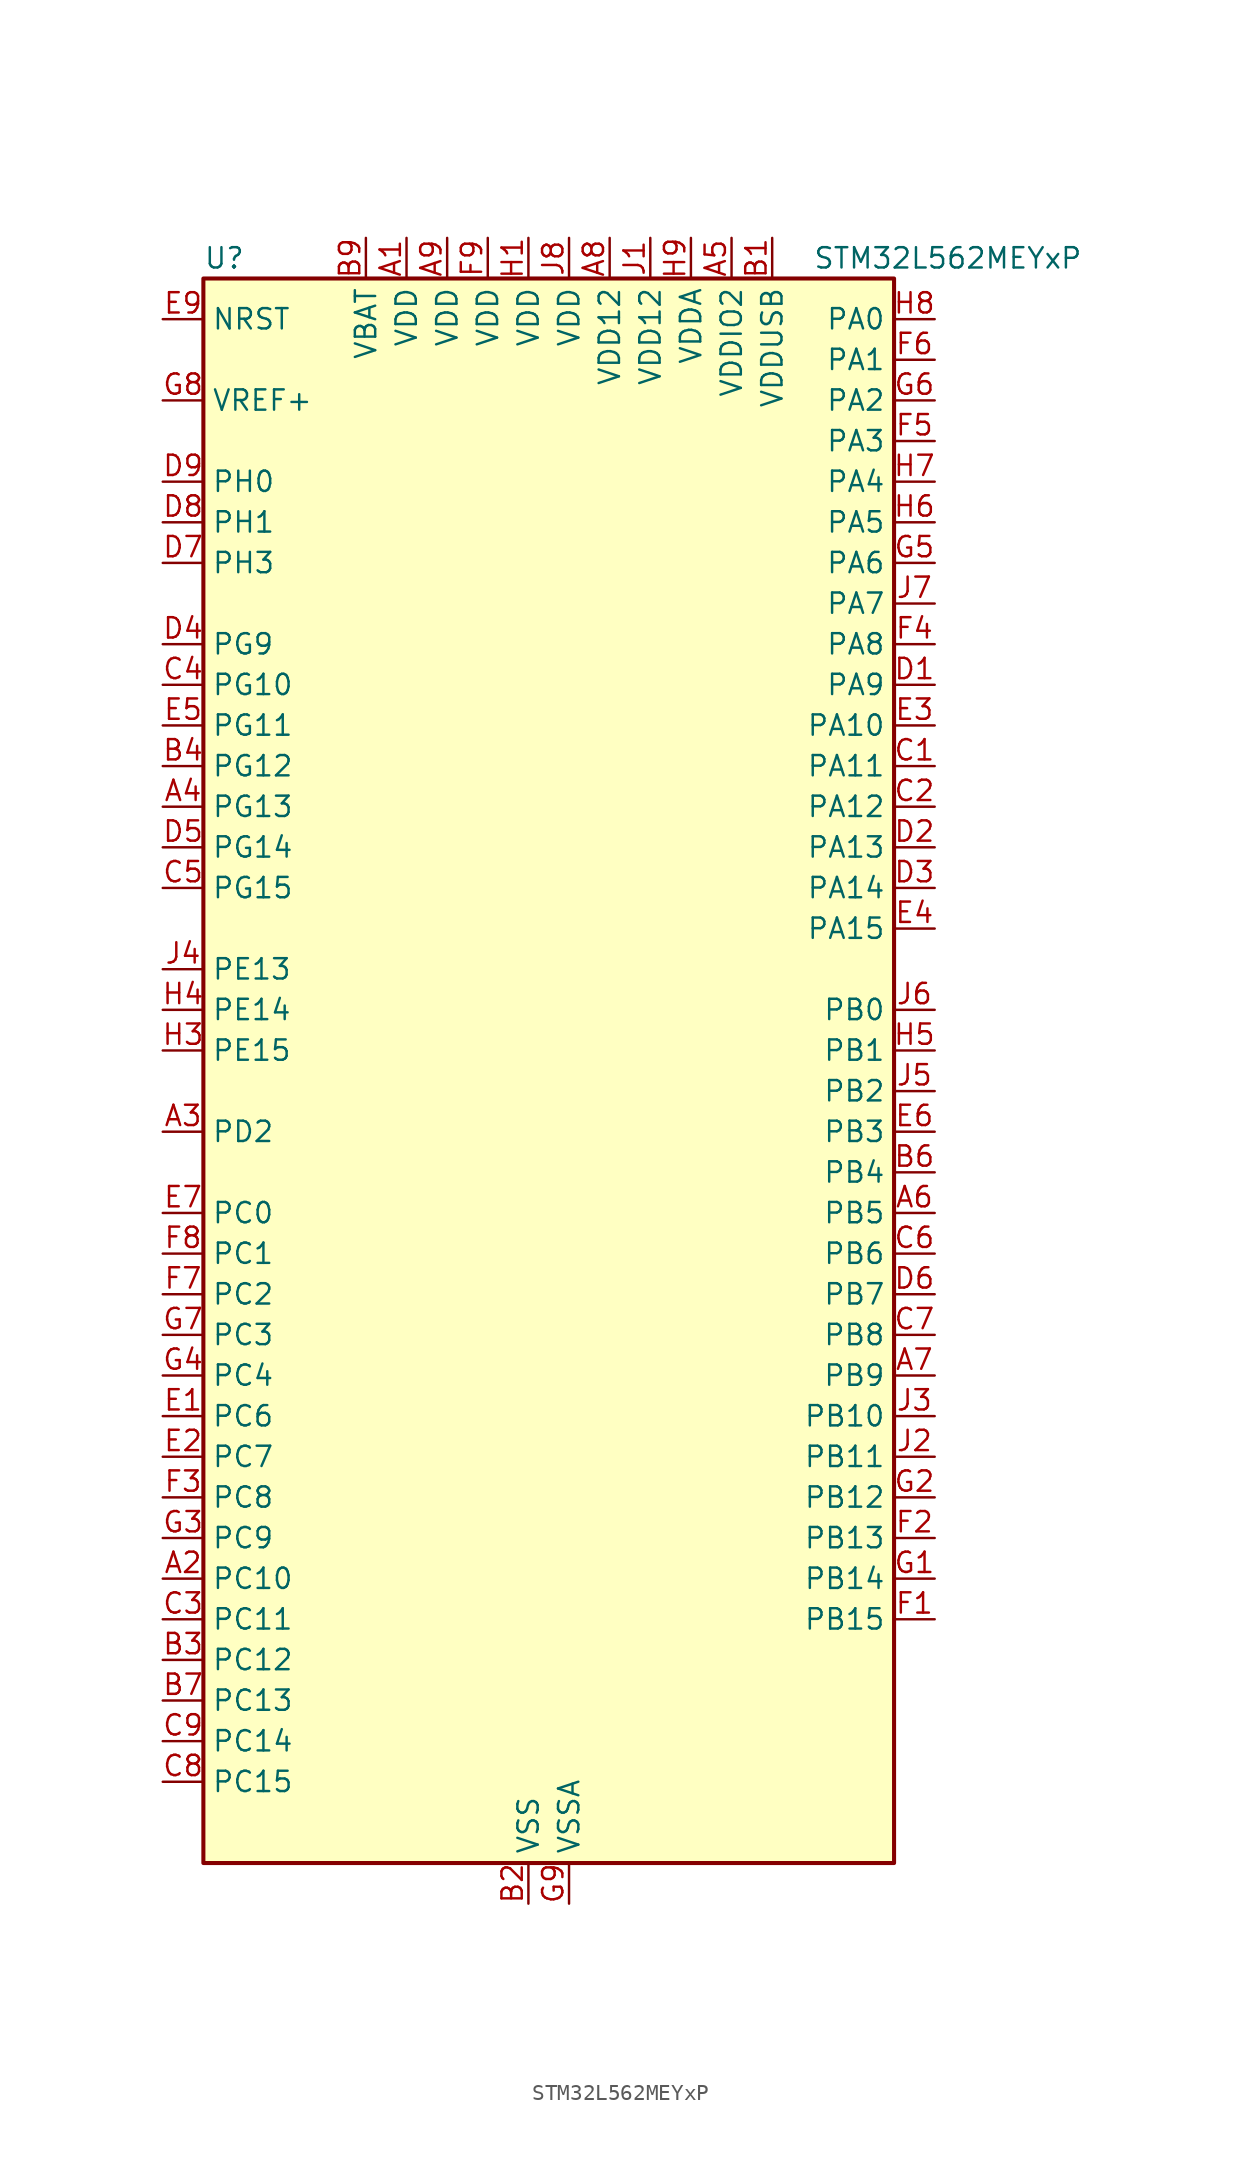
<source format=kicad_sym>
(kicad_symbol_lib
  (version 20231120)
  (generator "kicad_symbol_editor")
  (generator_version "8.0")
  (symbol "STM32L562MEYxP"
    (property "Reference" "U"
      (at -20.32 52.07 0)
      (effects (font (size 1.27 1.27)) (justify left)))
    (property "Value" "STM32L562MEYxP"
      (at 17.78 52.07 0)
      (effects (font (size 1.27 1.27)) (justify left)))
    (property "ki_locked" ""
      (at 0 0 0)
      (effects (font (size 1.27 1.27))))
    (symbol "STM32L562MEYxP_0_1"
      (rectangle (start -20.32 -48.26) (end 22.86 50.8) (stroke (width 0.254) (type default)) (fill (type background))))
    (symbol "STM32L562MEYxP_1_1"
      (pin power_in line (at -7.62 53.34 270) (length 2.54) (name "VDD" (effects (font (size 1.27 1.27)))) (number "A1" (effects (font (size 1.27 1.27)))))
      (pin bidirectional line (at -22.86 -30.48 0) (length 2.54) (name "PC10" (effects (font (size 1.27 1.27)))) (number "A2" (effects (font (size 1.27 1.27)))) (alternate "DEBUG_TRACED1" bidirectional line) (alternate "LPTIM3_ETR" bidirectional line) (alternate "SAI2_SCK_B" bidirectional line) (alternate "SDMMC1_D2" bidirectional line) (alternate "SPI3_SCK" bidirectional line) (alternate "TSC_G3_IO2" bidirectional line) (alternate "UART4_TX" bidirectional line) (alternate "USART3_TX" bidirectional line))
      (pin bidirectional line (at -22.86 -2.54 0) (length 2.54) (name "PD2" (effects (font (size 1.27 1.27)))) (number "A3" (effects (font (size 1.27 1.27)))) (alternate "DEBUG_TRACED2" bidirectional line) (alternate "SDMMC1_CMD" bidirectional line) (alternate "TIM3_ETR" bidirectional line) (alternate "TSC_SYNC" bidirectional line) (alternate "UART5_RX" bidirectional line) (alternate "USART3_DE" bidirectional line) (alternate "USART3_RTS" bidirectional line))
      (pin bidirectional line (at -22.86 17.78 0) (length 2.54) (name "PG13" (effects (font (size 1.27 1.27)))) (number "A4" (effects (font (size 1.27 1.27)))) (alternate "I2C1_SDA" bidirectional line) (alternate "USART1_CK" bidirectional line))
      (pin power_in line (at 12.7 53.34 270) (length 2.54) (name "VDDIO2" (effects (font (size 1.27 1.27)))) (number "A5" (effects (font (size 1.27 1.27)))))
      (pin bidirectional line (at 25.4 -7.62 180) (length 2.54) (name "PB5" (effects (font (size 1.27 1.27)))) (number "A6" (effects (font (size 1.27 1.27)))) (alternate "COMP2_OUT" bidirectional line) (alternate "I2C1_SMBA" bidirectional line) (alternate "LPTIM1_IN1" bidirectional line) (alternate "OCTOSPI1_NCLK" bidirectional line) (alternate "SAI1_SD_B" bidirectional line) (alternate "SPI1_MOSI" bidirectional line) (alternate "SPI3_MOSI" bidirectional line) (alternate "TIM16_BKIN" bidirectional line) (alternate "TIM3_CH2" bidirectional line) (alternate "TSC_G2_IO2" bidirectional line) (alternate "UART5_CTS" bidirectional line) (alternate "UCPD1_DBCC1" bidirectional line) (alternate "USART1_CK" bidirectional line))
      (pin bidirectional line (at 25.4 -17.78 180) (length 2.54) (name "PB9" (effects (font (size 1.27 1.27)))) (number "A7" (effects (font (size 1.27 1.27)))) (alternate "DAC1_EXTI9" bidirectional line) (alternate "FDCAN1_TX" bidirectional line) (alternate "I2C1_SDA" bidirectional line) (alternate "IR_OUT" bidirectional line) (alternate "SAI1_D2" bidirectional line) (alternate "SAI1_FS_A" bidirectional line) (alternate "SDMMC1_CDIR" bidirectional line) (alternate "SDMMC1_D5" bidirectional line) (alternate "SPI2_NSS" bidirectional line) (alternate "TIM17_CH1" bidirectional line) (alternate "TIM4_CH4" bidirectional line))
      (pin power_in line (at 5.08 53.34 270) (length 2.54) (name "VDD12" (effects (font (size 1.27 1.27)))) (number "A8" (effects (font (size 1.27 1.27)))))
      (pin power_in line (at -5.08 53.34 270) (length 2.54) (name "VDD" (effects (font (size 1.27 1.27)))) (number "A9" (effects (font (size 1.27 1.27)))))
      (pin power_in line (at 15.24 53.34 270) (length 2.54) (name "VDDUSB" (effects (font (size 1.27 1.27)))) (number "B1" (effects (font (size 1.27 1.27)))))
      (pin power_in line (at 0 -50.8 90) (length 2.54) (name "VSS" (effects (font (size 1.27 1.27)))) (number "B2" (effects (font (size 1.27 1.27)))))
      (pin bidirectional line (at -22.86 -35.56 0) (length 2.54) (name "PC12" (effects (font (size 1.27 1.27)))) (number "B3" (effects (font (size 1.27 1.27)))) (alternate "DEBUG_TRACED3" bidirectional line) (alternate "SAI2_SD_B" bidirectional line) (alternate "SDMMC1_CK" bidirectional line) (alternate "SPI3_MOSI" bidirectional line) (alternate "TSC_G3_IO4" bidirectional line) (alternate "UART5_TX" bidirectional line) (alternate "USART3_CK" bidirectional line))
      (pin bidirectional line (at -22.86 20.32 0) (length 2.54) (name "PG12" (effects (font (size 1.27 1.27)))) (number "B4" (effects (font (size 1.27 1.27)))) (alternate "LPTIM1_ETR" bidirectional line) (alternate "SAI2_SD_A" bidirectional line) (alternate "SPI3_NSS" bidirectional line) (alternate "USART1_DE" bidirectional line) (alternate "USART1_RTS" bidirectional line))
      (pin passive line (at 0 -50.8 90) (length 2.54) hide (name "VSS" (effects (font (size 1.27 1.27)))) (number "B5" (effects (font (size 1.27 1.27)))))
      (pin bidirectional line (at 25.4 -5.08 180) (length 2.54) (name "PB4" (effects (font (size 1.27 1.27)))) (number "B6" (effects (font (size 1.27 1.27)))) (alternate "COMP2_INP" bidirectional line) (alternate "DEBUG_JTRST" bidirectional line) (alternate "I2C3_SDA" bidirectional line) (alternate "SAI1_MCLK_B" bidirectional line) (alternate "SPI1_MISO" bidirectional line) (alternate "SPI3_MISO" bidirectional line) (alternate "TIM17_BKIN" bidirectional line) (alternate "TIM3_CH1" bidirectional line) (alternate "TSC_G2_IO1" bidirectional line) (alternate "UART5_DE" bidirectional line) (alternate "UART5_RTS" bidirectional line) (alternate "USART1_CTS" bidirectional line) (alternate "USART1_NSS" bidirectional line))
      (pin bidirectional line (at -22.86 -38.1 0) (length 2.54) (name "PC13" (effects (font (size 1.27 1.27)))) (number "B7" (effects (font (size 1.27 1.27)))) (alternate "PWR_WKUP2" bidirectional line) (alternate "RTC_OUT1" bidirectional line) (alternate "RTC_TS" bidirectional line) (alternate "TAMP_IN1" bidirectional line) (alternate "TAMP_OUT2" bidirectional line))
      (pin passive line (at 0 -50.8 90) (length 2.54) hide (name "VSS" (effects (font (size 1.27 1.27)))) (number "B8" (effects (font (size 1.27 1.27)))))
      (pin power_in line (at -10.16 53.34 270) (length 2.54) (name "VBAT" (effects (font (size 1.27 1.27)))) (number "B9" (effects (font (size 1.27 1.27)))))
      (pin bidirectional line (at 25.4 20.32 180) (length 2.54) (name "PA11" (effects (font (size 1.27 1.27)))) (number "C1" (effects (font (size 1.27 1.27)))) (alternate "ADC1_EXTI11" bidirectional line) (alternate "ADC2_EXTI11" bidirectional line) (alternate "FDCAN1_RX" bidirectional line) (alternate "SPI1_MISO" bidirectional line) (alternate "TIM1_BKIN2" bidirectional line) (alternate "TIM1_CH4" bidirectional line) (alternate "USART1_CTS" bidirectional line) (alternate "USART1_NSS" bidirectional line) (alternate "USB_DM" bidirectional line))
      (pin bidirectional line (at 25.4 17.78 180) (length 2.54) (name "PA12" (effects (font (size 1.27 1.27)))) (number "C2" (effects (font (size 1.27 1.27)))) (alternate "FDCAN1_TX" bidirectional line) (alternate "SPI1_MOSI" bidirectional line) (alternate "TIM1_ETR" bidirectional line) (alternate "USART1_DE" bidirectional line) (alternate "USART1_RTS" bidirectional line) (alternate "USB_DP" bidirectional line))
      (pin bidirectional line (at -22.86 -33.02 0) (length 2.54) (name "PC11" (effects (font (size 1.27 1.27)))) (number "C3" (effects (font (size 1.27 1.27)))) (alternate "ADC1_EXTI11" bidirectional line) (alternate "ADC2_EXTI11" bidirectional line) (alternate "LPTIM3_IN1" bidirectional line) (alternate "OCTOSPI1_NCS" bidirectional line) (alternate "SAI2_MCLK_B" bidirectional line) (alternate "SDMMC1_D3" bidirectional line) (alternate "SPI3_MISO" bidirectional line) (alternate "TSC_G3_IO3" bidirectional line) (alternate "UART4_RX" bidirectional line) (alternate "UCPD1_FRSTX2" bidirectional line) (alternate "USART3_RX" bidirectional line))
      (pin bidirectional line (at -22.86 25.4 0) (length 2.54) (name "PG10" (effects (font (size 1.27 1.27)))) (number "C4" (effects (font (size 1.27 1.27)))) (alternate "LPTIM1_IN1" bidirectional line) (alternate "SAI2_FS_A" bidirectional line) (alternate "SPI3_MISO" bidirectional line) (alternate "TIM15_CH1" bidirectional line) (alternate "USART1_RX" bidirectional line))
      (pin bidirectional line (at -22.86 12.7 0) (length 2.54) (name "PG15" (effects (font (size 1.27 1.27)))) (number "C5" (effects (font (size 1.27 1.27)))) (alternate "ADC1_EXTI15" bidirectional line) (alternate "ADC2_EXTI15" bidirectional line) (alternate "I2C1_SMBA" bidirectional line) (alternate "LPTIM1_OUT" bidirectional line))
      (pin bidirectional line (at 25.4 -10.16 180) (length 2.54) (name "PB6" (effects (font (size 1.27 1.27)))) (number "C6" (effects (font (size 1.27 1.27)))) (alternate "COMP2_INP" bidirectional line) (alternate "I2C1_SCL" bidirectional line) (alternate "I2C4_SCL" bidirectional line) (alternate "LPTIM1_ETR" bidirectional line) (alternate "SAI1_FS_B" bidirectional line) (alternate "TIM16_CH1N" bidirectional line) (alternate "TIM4_CH1" bidirectional line) (alternate "TIM8_BKIN2" bidirectional line) (alternate "TSC_G2_IO3" bidirectional line) (alternate "USART1_TX" bidirectional line))
      (pin bidirectional line (at 25.4 -15.24 180) (length 2.54) (name "PB8" (effects (font (size 1.27 1.27)))) (number "C7" (effects (font (size 1.27 1.27)))) (alternate "DFSDM1_CKOUT" bidirectional line) (alternate "FDCAN1_RX" bidirectional line) (alternate "I2C1_SCL" bidirectional line) (alternate "SAI1_CK1" bidirectional line) (alternate "SAI1_MCLK_A" bidirectional line) (alternate "SDMMC1_CKIN" bidirectional line) (alternate "SDMMC1_D4" bidirectional line) (alternate "TIM16_CH1" bidirectional line) (alternate "TIM4_CH3" bidirectional line))
      (pin bidirectional line (at -22.86 -43.18 0) (length 2.54) (name "PC15" (effects (font (size 1.27 1.27)))) (number "C8" (effects (font (size 1.27 1.27)))) (alternate "ADC1_EXTI15" bidirectional line) (alternate "ADC2_EXTI15" bidirectional line) (alternate "RCC_OSC32_OUT" bidirectional line))
      (pin bidirectional line (at -22.86 -40.64 0) (length 2.54) (name "PC14" (effects (font (size 1.27 1.27)))) (number "C9" (effects (font (size 1.27 1.27)))) (alternate "RCC_OSC32_IN" bidirectional line))
      (pin bidirectional line (at 25.4 25.4 180) (length 2.54) (name "PA9" (effects (font (size 1.27 1.27)))) (number "D1" (effects (font (size 1.27 1.27)))) (alternate "DAC1_EXTI9" bidirectional line) (alternate "SAI1_FS_A" bidirectional line) (alternate "SPI2_SCK" bidirectional line) (alternate "TIM15_BKIN" bidirectional line) (alternate "TIM1_CH2" bidirectional line) (alternate "USART1_TX" bidirectional line))
      (pin bidirectional line (at 25.4 15.24 180) (length 2.54) (name "PA13" (effects (font (size 1.27 1.27)))) (number "D2" (effects (font (size 1.27 1.27)))) (alternate "DEBUG_JTMS-SWDIO" bidirectional line) (alternate "IR_OUT" bidirectional line) (alternate "SAI1_SD_B" bidirectional line) (alternate "USB_NOE" bidirectional line))
      (pin bidirectional line (at 25.4 12.7 180) (length 2.54) (name "PA14" (effects (font (size 1.27 1.27)))) (number "D3" (effects (font (size 1.27 1.27)))) (alternate "DEBUG_JTCK-SWCLK" bidirectional line) (alternate "I2C1_SMBA" bidirectional line) (alternate "I2C4_SMBA" bidirectional line) (alternate "LPTIM1_OUT" bidirectional line) (alternate "SAI1_FS_B" bidirectional line))
      (pin bidirectional line (at -22.86 27.94 0) (length 2.54) (name "PG9" (effects (font (size 1.27 1.27)))) (number "D4" (effects (font (size 1.27 1.27)))) (alternate "DAC1_EXTI9" bidirectional line) (alternate "SAI2_SCK_A" bidirectional line) (alternate "SPI3_SCK" bidirectional line) (alternate "TIM15_CH1N" bidirectional line) (alternate "USART1_TX" bidirectional line))
      (pin bidirectional line (at -22.86 15.24 0) (length 2.54) (name "PG14" (effects (font (size 1.27 1.27)))) (number "D5" (effects (font (size 1.27 1.27)))) (alternate "I2C1_SCL" bidirectional line))
      (pin bidirectional line (at 25.4 -12.7 180) (length 2.54) (name "PB7" (effects (font (size 1.27 1.27)))) (number "D6" (effects (font (size 1.27 1.27)))) (alternate "COMP2_INM" bidirectional line) (alternate "I2C1_SDA" bidirectional line) (alternate "I2C4_SDA" bidirectional line) (alternate "LPTIM1_IN2" bidirectional line) (alternate "PWR_PVD_IN" bidirectional line) (alternate "TIM17_CH1N" bidirectional line) (alternate "TIM4_CH2" bidirectional line) (alternate "TIM8_BKIN" bidirectional line) (alternate "TSC_G2_IO4" bidirectional line) (alternate "UART4_CTS" bidirectional line) (alternate "USART1_RX" bidirectional line))
      (pin bidirectional line (at -22.86 33.02 0) (length 2.54) (name "PH3" (effects (font (size 1.27 1.27)))) (number "D7" (effects (font (size 1.27 1.27)))))
      (pin bidirectional line (at -22.86 35.56 0) (length 2.54) (name "PH1" (effects (font (size 1.27 1.27)))) (number "D8" (effects (font (size 1.27 1.27)))) (alternate "RCC_OSC_OUT" bidirectional line))
      (pin bidirectional line (at -22.86 38.1 0) (length 2.54) (name "PH0" (effects (font (size 1.27 1.27)))) (number "D9" (effects (font (size 1.27 1.27)))) (alternate "RCC_OSC_IN" bidirectional line))
      (pin bidirectional line (at -22.86 -20.32 0) (length 2.54) (name "PC6" (effects (font (size 1.27 1.27)))) (number "E1" (effects (font (size 1.27 1.27)))) (alternate "DFSDM1_CKIN3" bidirectional line) (alternate "SAI2_MCLK_A" bidirectional line) (alternate "SDMMC1_D0DIR" bidirectional line) (alternate "SDMMC1_D6" bidirectional line) (alternate "TIM3_CH1" bidirectional line) (alternate "TIM8_CH1" bidirectional line) (alternate "TSC_G4_IO1" bidirectional line))
      (pin bidirectional line (at -22.86 -22.86 0) (length 2.54) (name "PC7" (effects (font (size 1.27 1.27)))) (number "E2" (effects (font (size 1.27 1.27)))) (alternate "DFSDM1_DATIN3" bidirectional line) (alternate "SAI2_MCLK_B" bidirectional line) (alternate "SDMMC1_D123DIR" bidirectional line) (alternate "SDMMC1_D7" bidirectional line) (alternate "TIM3_CH2" bidirectional line) (alternate "TIM8_CH2" bidirectional line) (alternate "TSC_G4_IO2" bidirectional line))
      (pin bidirectional line (at 25.4 22.86 180) (length 2.54) (name "PA10" (effects (font (size 1.27 1.27)))) (number "E3" (effects (font (size 1.27 1.27)))) (alternate "CRS_SYNC" bidirectional line) (alternate "SAI1_D1" bidirectional line) (alternate "SAI1_SD_A" bidirectional line) (alternate "TIM17_BKIN" bidirectional line) (alternate "TIM1_CH3" bidirectional line) (alternate "USART1_RX" bidirectional line))
      (pin bidirectional line (at 25.4 10.16 180) (length 2.54) (name "PA15" (effects (font (size 1.27 1.27)))) (number "E4" (effects (font (size 1.27 1.27)))) (alternate "ADC1_EXTI15" bidirectional line) (alternate "ADC2_EXTI15" bidirectional line) (alternate "DEBUG_JTDI" bidirectional line) (alternate "SAI2_FS_B" bidirectional line) (alternate "SPI1_NSS" bidirectional line) (alternate "SPI3_NSS" bidirectional line) (alternate "TIM2_CH1" bidirectional line) (alternate "TIM2_ETR" bidirectional line) (alternate "UART4_DE" bidirectional line) (alternate "UART4_RTS" bidirectional line) (alternate "UCPD1_CC1" bidirectional line) (alternate "USART2_RX" bidirectional line) (alternate "USART3_DE" bidirectional line) (alternate "USART3_RTS" bidirectional line))
      (pin bidirectional line (at -22.86 22.86 0) (length 2.54) (name "PG11" (effects (font (size 1.27 1.27)))) (number "E5" (effects (font (size 1.27 1.27)))) (alternate "ADC1_EXTI11" bidirectional line) (alternate "ADC2_EXTI11" bidirectional line) (alternate "LPTIM1_IN2" bidirectional line) (alternate "OCTOSPI1_IO5" bidirectional line) (alternate "SAI2_MCLK_A" bidirectional line) (alternate "SPI3_MOSI" bidirectional line) (alternate "TIM15_CH2" bidirectional line) (alternate "USART1_CTS" bidirectional line) (alternate "USART1_NSS" bidirectional line))
      (pin bidirectional line (at 25.4 -2.54 180) (length 2.54) (name "PB3" (effects (font (size 1.27 1.27)))) (number "E6" (effects (font (size 1.27 1.27)))) (alternate "COMP2_INM" bidirectional line) (alternate "CRS_SYNC" bidirectional line) (alternate "DEBUG_JTDO-SWO" bidirectional line) (alternate "SAI1_SCK_B" bidirectional line) (alternate "SPI1_SCK" bidirectional line) (alternate "SPI3_SCK" bidirectional line) (alternate "TIM2_CH2" bidirectional line) (alternate "USART1_DE" bidirectional line) (alternate "USART1_RTS" bidirectional line))
      (pin bidirectional line (at -22.86 -7.62 0) (length 2.54) (name "PC0" (effects (font (size 1.27 1.27)))) (number "E7" (effects (font (size 1.27 1.27)))) (alternate "ADC1_IN1" bidirectional line) (alternate "ADC2_IN1" bidirectional line) (alternate "I2C3_SCL" bidirectional line) (alternate "LPTIM1_IN1" bidirectional line) (alternate "LPTIM2_IN1" bidirectional line) (alternate "LPUART1_RX" bidirectional line) (alternate "OCTOSPI1_IO7" bidirectional line) (alternate "SAI2_FS_A" bidirectional line) (alternate "SDMMC1_D5" bidirectional line))
      (pin passive line (at 0 -50.8 90) (length 2.54) hide (name "VSS" (effects (font (size 1.27 1.27)))) (number "E8" (effects (font (size 1.27 1.27)))))
      (pin input line (at -22.86 48.26 0) (length 2.54) (name "NRST" (effects (font (size 1.27 1.27)))) (number "E9" (effects (font (size 1.27 1.27)))))
      (pin bidirectional line (at 25.4 -33.02 180) (length 2.54) (name "PB15" (effects (font (size 1.27 1.27)))) (number "F1" (effects (font (size 1.27 1.27)))) (alternate "ADC1_EXTI15" bidirectional line) (alternate "ADC2_EXTI15" bidirectional line) (alternate "DFSDM1_CKIN2" bidirectional line) (alternate "RTC_REFIN" bidirectional line) (alternate "SAI2_SD_A" bidirectional line) (alternate "SPI2_MOSI" bidirectional line) (alternate "TIM15_CH2" bidirectional line) (alternate "TIM1_CH3N" bidirectional line) (alternate "TIM8_CH3N" bidirectional line) (alternate "UCPD1_CC2" bidirectional line))
      (pin bidirectional line (at 25.4 -27.94 180) (length 2.54) (name "PB13" (effects (font (size 1.27 1.27)))) (number "F2" (effects (font (size 1.27 1.27)))) (alternate "DFSDM1_CKIN1" bidirectional line) (alternate "I2C2_SCL" bidirectional line) (alternate "LPTIM3_IN1" bidirectional line) (alternate "LPUART1_CTS" bidirectional line) (alternate "SAI2_SCK_A" bidirectional line) (alternate "SPI2_SCK" bidirectional line) (alternate "TIM15_CH1N" bidirectional line) (alternate "TIM1_CH1N" bidirectional line) (alternate "TSC_G1_IO2" bidirectional line) (alternate "UCPD1_FRSTX2" bidirectional line) (alternate "USART3_CTS" bidirectional line) (alternate "USART3_NSS" bidirectional line))
      (pin bidirectional line (at -22.86 -25.4 0) (length 2.54) (name "PC8" (effects (font (size 1.27 1.27)))) (number "F3" (effects (font (size 1.27 1.27)))) (alternate "SDMMC1_D0" bidirectional line) (alternate "TIM3_CH3" bidirectional line) (alternate "TIM8_CH3" bidirectional line) (alternate "TSC_G4_IO3" bidirectional line))
      (pin bidirectional line (at 25.4 27.94 180) (length 2.54) (name "PA8" (effects (font (size 1.27 1.27)))) (number "F4" (effects (font (size 1.27 1.27)))) (alternate "LPTIM2_OUT" bidirectional line) (alternate "RCC_MCO" bidirectional line) (alternate "SAI1_CK2" bidirectional line) (alternate "SAI1_SCK_A" bidirectional line) (alternate "TIM1_CH1" bidirectional line) (alternate "USART1_CK" bidirectional line))
      (pin bidirectional line (at 25.4 40.64 180) (length 2.54) (name "PA3" (effects (font (size 1.27 1.27)))) (number "F5" (effects (font (size 1.27 1.27)))) (alternate "ADC1_IN8" bidirectional line) (alternate "ADC2_IN8" bidirectional line) (alternate "LPUART1_RX" bidirectional line) (alternate "OCTOSPI1_CLK" bidirectional line) (alternate "OPAMP1_VOUT" bidirectional line) (alternate "SAI1_CK1" bidirectional line) (alternate "SAI1_MCLK_A" bidirectional line) (alternate "TIM15_CH2" bidirectional line) (alternate "TIM2_CH4" bidirectional line) (alternate "TIM5_CH4" bidirectional line) (alternate "USART2_RX" bidirectional line))
      (pin bidirectional line (at 25.4 45.72 180) (length 2.54) (name "PA1" (effects (font (size 1.27 1.27)))) (number "F6" (effects (font (size 1.27 1.27)))) (alternate "ADC1_IN6" bidirectional line) (alternate "ADC2_IN6" bidirectional line) (alternate "I2C1_SMBA" bidirectional line) (alternate "OCTOSPI1_DQS" bidirectional line) (alternate "OPAMP1_VINM" bidirectional line) (alternate "SPI1_SCK" bidirectional line) (alternate "TAMP_IN5" bidirectional line) (alternate "TAMP_OUT4" bidirectional line) (alternate "TIM15_CH1N" bidirectional line) (alternate "TIM2_CH2" bidirectional line) (alternate "TIM5_CH2" bidirectional line) (alternate "UART4_RX" bidirectional line) (alternate "USART2_DE" bidirectional line) (alternate "USART2_RTS" bidirectional line))
      (pin bidirectional line (at -22.86 -12.7 0) (length 2.54) (name "PC2" (effects (font (size 1.27 1.27)))) (number "F7" (effects (font (size 1.27 1.27)))) (alternate "ADC1_IN3" bidirectional line) (alternate "ADC2_IN3" bidirectional line) (alternate "DFSDM1_CKOUT" bidirectional line) (alternate "LPTIM1_IN2" bidirectional line) (alternate "OCTOSPI1_IO5" bidirectional line) (alternate "SPI2_MISO" bidirectional line))
      (pin bidirectional line (at -22.86 -10.16 0) (length 2.54) (name "PC1" (effects (font (size 1.27 1.27)))) (number "F8" (effects (font (size 1.27 1.27)))) (alternate "ADC1_IN2" bidirectional line) (alternate "ADC2_IN2" bidirectional line) (alternate "DEBUG_TRACED0" bidirectional line) (alternate "I2C3_SDA" bidirectional line) (alternate "LPTIM1_OUT" bidirectional line) (alternate "LPUART1_TX" bidirectional line) (alternate "OCTOSPI1_IO4" bidirectional line) (alternate "SAI1_SD_A" bidirectional line) (alternate "SPI2_MOSI" bidirectional line))
      (pin power_in line (at -2.54 53.34 270) (length 2.54) (name "VDD" (effects (font (size 1.27 1.27)))) (number "F9" (effects (font (size 1.27 1.27)))))
      (pin bidirectional line (at 25.4 -30.48 180) (length 2.54) (name "PB14" (effects (font (size 1.27 1.27)))) (number "G1" (effects (font (size 1.27 1.27)))) (alternate "DFSDM1_DATIN2" bidirectional line) (alternate "I2C2_SDA" bidirectional line) (alternate "LPTIM3_ETR" bidirectional line) (alternate "SAI2_MCLK_A" bidirectional line) (alternate "SPI2_MISO" bidirectional line) (alternate "TIM15_CH1" bidirectional line) (alternate "TIM1_CH2N" bidirectional line) (alternate "TIM8_CH2N" bidirectional line) (alternate "TSC_G1_IO3" bidirectional line) (alternate "UCPD1_DBCC2" bidirectional line) (alternate "USART3_DE" bidirectional line) (alternate "USART3_RTS" bidirectional line))
      (pin bidirectional line (at 25.4 -25.4 180) (length 2.54) (name "PB12" (effects (font (size 1.27 1.27)))) (number "G2" (effects (font (size 1.27 1.27)))) (alternate "DFSDM1_DATIN1" bidirectional line) (alternate "I2C2_SMBA" bidirectional line) (alternate "LPUART1_DE" bidirectional line) (alternate "LPUART1_RTS" bidirectional line) (alternate "OCTOSPI1_NCLK" bidirectional line) (alternate "SAI2_FS_A" bidirectional line) (alternate "SPI2_NSS" bidirectional line) (alternate "TIM15_BKIN" bidirectional line) (alternate "TIM1_BKIN" bidirectional line) (alternate "TSC_G1_IO1" bidirectional line) (alternate "USART3_CK" bidirectional line))
      (pin bidirectional line (at -22.86 -27.94 0) (length 2.54) (name "PC9" (effects (font (size 1.27 1.27)))) (number "G3" (effects (font (size 1.27 1.27)))) (alternate "DAC1_EXTI9" bidirectional line) (alternate "DEBUG_TRACED0" bidirectional line) (alternate "SAI2_EXTCLK" bidirectional line) (alternate "SDMMC1_D1" bidirectional line) (alternate "TIM3_CH4" bidirectional line) (alternate "TIM8_BKIN2" bidirectional line) (alternate "TIM8_CH4" bidirectional line) (alternate "TSC_G4_IO4" bidirectional line) (alternate "USB_NOE" bidirectional line))
      (pin bidirectional line (at -22.86 -17.78 0) (length 2.54) (name "PC4" (effects (font (size 1.27 1.27)))) (number "G4" (effects (font (size 1.27 1.27)))) (alternate "ADC1_IN13" bidirectional line) (alternate "ADC2_IN13" bidirectional line) (alternate "COMP1_INM" bidirectional line) (alternate "OCTOSPI1_IO7" bidirectional line) (alternate "USART3_TX" bidirectional line))
      (pin bidirectional line (at 25.4 33.02 180) (length 2.54) (name "PA6" (effects (font (size 1.27 1.27)))) (number "G5" (effects (font (size 1.27 1.27)))) (alternate "ADC1_IN11" bidirectional line) (alternate "ADC2_IN11" bidirectional line) (alternate "LPUART1_CTS" bidirectional line) (alternate "OCTOSPI1_IO3" bidirectional line) (alternate "OPAMP2_VINP" bidirectional line) (alternate "SPI1_MISO" bidirectional line) (alternate "TIM16_CH1" bidirectional line) (alternate "TIM1_BKIN" bidirectional line) (alternate "TIM3_CH1" bidirectional line) (alternate "TIM8_BKIN" bidirectional line) (alternate "USART3_CTS" bidirectional line) (alternate "USART3_NSS" bidirectional line))
      (pin bidirectional line (at 25.4 43.18 180) (length 2.54) (name "PA2" (effects (font (size 1.27 1.27)))) (number "G6" (effects (font (size 1.27 1.27)))) (alternate "ADC1_IN7" bidirectional line) (alternate "ADC2_IN7" bidirectional line) (alternate "COMP1_INP" bidirectional line) (alternate "LPUART1_TX" bidirectional line) (alternate "OCTOSPI1_NCS" bidirectional line) (alternate "PWR_WKUP4" bidirectional line) (alternate "RCC_LSCO" bidirectional line) (alternate "SAI2_EXTCLK" bidirectional line) (alternate "TIM15_CH1" bidirectional line) (alternate "TIM2_CH3" bidirectional line) (alternate "TIM5_CH3" bidirectional line) (alternate "UCPD1_FRSTX1" bidirectional line) (alternate "USART2_TX" bidirectional line))
      (pin bidirectional line (at -22.86 -15.24 0) (length 2.54) (name "PC3" (effects (font (size 1.27 1.27)))) (number "G7" (effects (font (size 1.27 1.27)))) (alternate "ADC1_IN4" bidirectional line) (alternate "ADC2_IN4" bidirectional line) (alternate "LPTIM1_ETR" bidirectional line) (alternate "LPTIM2_ETR" bidirectional line) (alternate "LPTIM3_OUT" bidirectional line) (alternate "OCTOSPI1_IO6" bidirectional line) (alternate "SAI1_D1" bidirectional line) (alternate "SAI1_SD_A" bidirectional line) (alternate "SPI2_MOSI" bidirectional line))
      (pin input line (at -22.86 43.18 0) (length 2.54) (name "VREF+" (effects (font (size 1.27 1.27)))) (number "G8" (effects (font (size 1.27 1.27)))) (alternate "VREFBUF_OUT" bidirectional line))
      (pin power_in line (at 2.54 -50.8 90) (length 2.54) (name "VSSA" (effects (font (size 1.27 1.27)))) (number "G9" (effects (font (size 1.27 1.27)))))
      (pin power_in line (at 0 53.34 270) (length 2.54) (name "VDD" (effects (font (size 1.27 1.27)))) (number "H1" (effects (font (size 1.27 1.27)))))
      (pin passive line (at 0 -50.8 90) (length 2.54) hide (name "VSS" (effects (font (size 1.27 1.27)))) (number "H2" (effects (font (size 1.27 1.27)))))
      (pin bidirectional line (at -22.86 2.54 0) (length 2.54) (name "PE15" (effects (font (size 1.27 1.27)))) (number "H3" (effects (font (size 1.27 1.27)))) (alternate "ADC1_EXTI15" bidirectional line) (alternate "ADC2_EXTI15" bidirectional line) (alternate "OCTOSPI1_IO3" bidirectional line) (alternate "SPI1_MOSI" bidirectional line) (alternate "TIM1_BKIN" bidirectional line))
      (pin bidirectional line (at -22.86 5.08 0) (length 2.54) (name "PE14" (effects (font (size 1.27 1.27)))) (number "H4" (effects (font (size 1.27 1.27)))) (alternate "OCTOSPI1_IO2" bidirectional line) (alternate "SPI1_MISO" bidirectional line) (alternate "TIM1_BKIN2" bidirectional line) (alternate "TIM1_CH4" bidirectional line))
      (pin bidirectional line (at 25.4 2.54 180) (length 2.54) (name "PB1" (effects (font (size 1.27 1.27)))) (number "H5" (effects (font (size 1.27 1.27)))) (alternate "ADC1_IN16" bidirectional line) (alternate "ADC2_IN16" bidirectional line) (alternate "COMP1_INM" bidirectional line) (alternate "DFSDM1_DATIN0" bidirectional line) (alternate "LPTIM2_IN1" bidirectional line) (alternate "LPUART1_DE" bidirectional line) (alternate "LPUART1_RTS" bidirectional line) (alternate "OCTOSPI1_IO0" bidirectional line) (alternate "TIM1_CH3N" bidirectional line) (alternate "TIM3_CH4" bidirectional line) (alternate "TIM8_CH3N" bidirectional line) (alternate "USART3_DE" bidirectional line) (alternate "USART3_RTS" bidirectional line))
      (pin bidirectional line (at 25.4 35.56 180) (length 2.54) (name "PA5" (effects (font (size 1.27 1.27)))) (number "H6" (effects (font (size 1.27 1.27)))) (alternate "ADC1_IN10" bidirectional line) (alternate "ADC2_IN10" bidirectional line) (alternate "DAC1_OUT2" bidirectional line) (alternate "LPTIM2_ETR" bidirectional line) (alternate "SPI1_SCK" bidirectional line) (alternate "TIM2_CH1" bidirectional line) (alternate "TIM2_ETR" bidirectional line) (alternate "TIM8_CH1N" bidirectional line))
      (pin bidirectional line (at 25.4 38.1 180) (length 2.54) (name "PA4" (effects (font (size 1.27 1.27)))) (number "H7" (effects (font (size 1.27 1.27)))) (alternate "ADC1_IN9" bidirectional line) (alternate "ADC2_IN9" bidirectional line) (alternate "DAC1_OUT1" bidirectional line) (alternate "LPTIM2_OUT" bidirectional line) (alternate "OCTOSPI1_NCS" bidirectional line) (alternate "SAI1_FS_B" bidirectional line) (alternate "SPI1_NSS" bidirectional line) (alternate "SPI3_NSS" bidirectional line) (alternate "USART2_CK" bidirectional line))
      (pin bidirectional line (at 25.4 48.26 180) (length 2.54) (name "PA0" (effects (font (size 1.27 1.27)))) (number "H8" (effects (font (size 1.27 1.27)))) (alternate "ADC1_IN5" bidirectional line) (alternate "ADC2_IN5" bidirectional line) (alternate "OPAMP1_VINP" bidirectional line) (alternate "PWR_WKUP1" bidirectional line) (alternate "SAI1_EXTCLK" bidirectional line) (alternate "TAMP_IN2" bidirectional line) (alternate "TAMP_OUT1" bidirectional line) (alternate "TIM2_CH1" bidirectional line) (alternate "TIM2_ETR" bidirectional line) (alternate "TIM5_CH1" bidirectional line) (alternate "TIM8_ETR" bidirectional line) (alternate "UART4_TX" bidirectional line) (alternate "USART2_CTS" bidirectional line) (alternate "USART2_NSS" bidirectional line))
      (pin power_in line (at 10.16 53.34 270) (length 2.54) (name "VDDA" (effects (font (size 1.27 1.27)))) (number "H9" (effects (font (size 1.27 1.27)))))
      (pin power_in line (at 7.62 53.34 270) (length 2.54) (name "VDD12" (effects (font (size 1.27 1.27)))) (number "J1" (effects (font (size 1.27 1.27)))))
      (pin bidirectional line (at 25.4 -22.86 180) (length 2.54) (name "PB11" (effects (font (size 1.27 1.27)))) (number "J2" (effects (font (size 1.27 1.27)))) (alternate "ADC1_EXTI11" bidirectional line) (alternate "ADC2_EXTI11" bidirectional line) (alternate "COMP2_OUT" bidirectional line) (alternate "I2C2_SDA" bidirectional line) (alternate "I2C4_SDA" bidirectional line) (alternate "LPUART1_TX" bidirectional line) (alternate "OCTOSPI1_NCS" bidirectional line) (alternate "TIM2_CH4" bidirectional line) (alternate "USART3_RX" bidirectional line))
      (pin bidirectional line (at 25.4 -20.32 180) (length 2.54) (name "PB10" (effects (font (size 1.27 1.27)))) (number "J3" (effects (font (size 1.27 1.27)))) (alternate "COMP1_OUT" bidirectional line) (alternate "I2C2_SCL" bidirectional line) (alternate "I2C4_SCL" bidirectional line) (alternate "LPTIM3_OUT" bidirectional line) (alternate "LPUART1_RX" bidirectional line) (alternate "OCTOSPI1_CLK" bidirectional line) (alternate "SAI1_SCK_A" bidirectional line) (alternate "SPI2_SCK" bidirectional line) (alternate "TIM2_CH3" bidirectional line) (alternate "TSC_SYNC" bidirectional line) (alternate "USART3_TX" bidirectional line))
      (pin bidirectional line (at -22.86 7.62 0) (length 2.54) (name "PE13" (effects (font (size 1.27 1.27)))) (number "J4" (effects (font (size 1.27 1.27)))) (alternate "OCTOSPI1_IO1" bidirectional line) (alternate "SPI1_SCK" bidirectional line) (alternate "TIM1_CH3" bidirectional line) (alternate "TSC_G5_IO4" bidirectional line))
      (pin bidirectional line (at 25.4 0 180) (length 2.54) (name "PB2" (effects (font (size 1.27 1.27)))) (number "J5" (effects (font (size 1.27 1.27)))) (alternate "COMP1_INP" bidirectional line) (alternate "DFSDM1_CKIN0" bidirectional line) (alternate "I2C3_SMBA" bidirectional line) (alternate "LPTIM1_OUT" bidirectional line) (alternate "OCTOSPI1_DQS" bidirectional line) (alternate "RTC_OUT2" bidirectional line) (alternate "UCPD1_FRSTX1" bidirectional line))
      (pin bidirectional line (at 25.4 5.08 180) (length 2.54) (name "PB0" (effects (font (size 1.27 1.27)))) (number "J6" (effects (font (size 1.27 1.27)))) (alternate "ADC1_IN15" bidirectional line) (alternate "ADC2_IN15" bidirectional line) (alternate "COMP1_OUT" bidirectional line) (alternate "OCTOSPI1_IO1" bidirectional line) (alternate "OPAMP2_VOUT" bidirectional line) (alternate "SAI1_EXTCLK" bidirectional line) (alternate "SPI1_NSS" bidirectional line) (alternate "TIM1_CH2N" bidirectional line) (alternate "TIM3_CH3" bidirectional line) (alternate "TIM8_CH2N" bidirectional line) (alternate "USART3_CK" bidirectional line))
      (pin bidirectional line (at 25.4 30.48 180) (length 2.54) (name "PA7" (effects (font (size 1.27 1.27)))) (number "J7" (effects (font (size 1.27 1.27)))) (alternate "ADC1_IN12" bidirectional line) (alternate "ADC2_IN12" bidirectional line) (alternate "I2C3_SCL" bidirectional line) (alternate "OCTOSPI1_IO2" bidirectional line) (alternate "OPAMP2_VINM" bidirectional line) (alternate "SPI1_MOSI" bidirectional line) (alternate "TIM17_CH1" bidirectional line) (alternate "TIM1_CH1N" bidirectional line) (alternate "TIM3_CH2" bidirectional line) (alternate "TIM8_CH1N" bidirectional line))
      (pin power_in line (at 2.54 53.34 270) (length 2.54) (name "VDD" (effects (font (size 1.27 1.27)))) (number "J8" (effects (font (size 1.27 1.27)))))
      (pin passive line (at 0 -50.8 90) (length 2.54) hide (name "VSS" (effects (font (size 1.27 1.27)))) (number "J9" (effects (font (size 1.27 1.27))))))))
</source>
